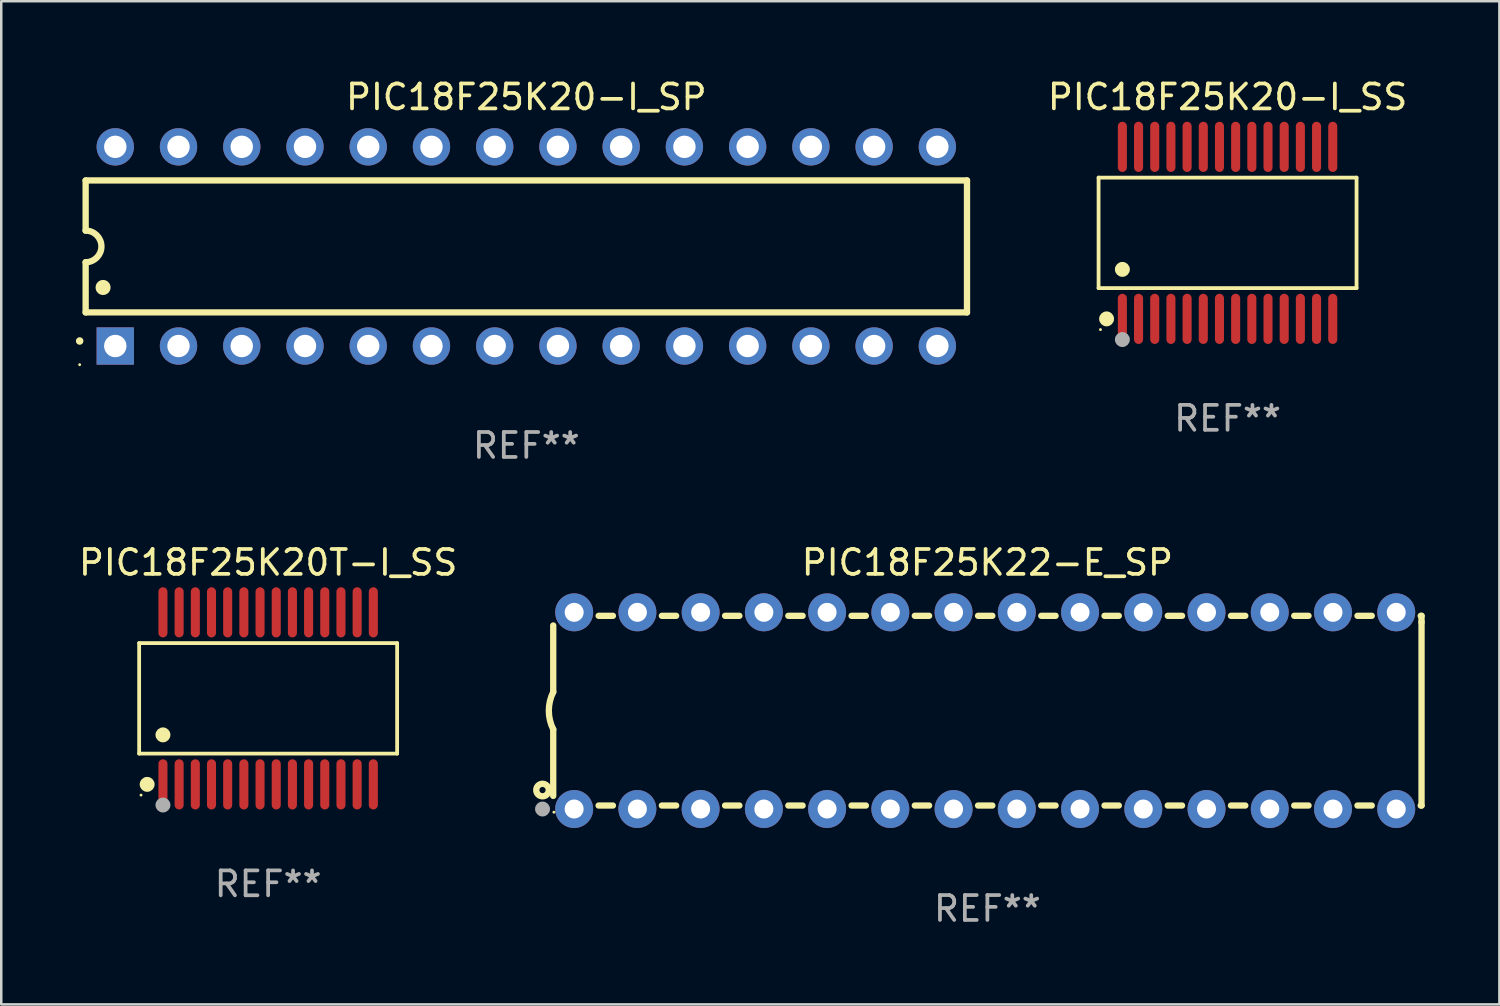
<source format=kicad_pcb>
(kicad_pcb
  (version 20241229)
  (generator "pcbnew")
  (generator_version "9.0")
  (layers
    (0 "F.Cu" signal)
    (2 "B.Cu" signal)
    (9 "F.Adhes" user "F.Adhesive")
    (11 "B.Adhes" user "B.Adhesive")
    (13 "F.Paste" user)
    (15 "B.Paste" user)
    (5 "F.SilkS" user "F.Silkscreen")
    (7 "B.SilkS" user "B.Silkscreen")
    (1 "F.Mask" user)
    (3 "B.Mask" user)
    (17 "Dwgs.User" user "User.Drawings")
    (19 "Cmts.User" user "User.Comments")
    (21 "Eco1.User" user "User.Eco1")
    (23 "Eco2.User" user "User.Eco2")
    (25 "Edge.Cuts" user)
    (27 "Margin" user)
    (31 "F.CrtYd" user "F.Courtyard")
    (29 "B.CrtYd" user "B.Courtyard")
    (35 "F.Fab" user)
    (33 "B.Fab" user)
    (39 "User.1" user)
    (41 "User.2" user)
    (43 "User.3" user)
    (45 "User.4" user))
  (footprint "PIC18F25K22-E_SP"
    (layer "F.Cu")
    (at 36.609 25.495)
    (property "Reference" "PIC18F25K22-E_SP" (at 0 -5.95 0) (layer "F.SilkS") (effects (font (size 1 1) (thickness 0.15))))
    (attr through_hole)
    (fp_line (start -17.438 0.75) (end -17.438 3.423) (stroke (width 0.254) (type solid)) (layer "F.SilkS"))
    (fp_line (start -17.438 -3.423) (end -17.438 -0.75) (stroke (width 0.254) (type solid)) (layer "F.SilkS"))
    (fp_line (start -15.615 3.81) (end -15.041 3.81) (stroke (width 0.254) (type solid)) (layer "F.SilkS"))
    (fp_line (start -15.041 -3.81) (end -15.614 -3.81) (stroke (width 0.254) (type solid)) (layer "F.SilkS"))
    (fp_line (start -13.075 3.81) (end -12.501 3.81) (stroke (width 0.254) (type solid)) (layer "F.SilkS"))
    (fp_line (start -12.501 -3.81) (end -13.074 -3.81) (stroke (width 0.254) (type solid)) (layer "F.SilkS"))
    (fp_line (start -10.535 3.81) (end -9.961 3.81) (stroke (width 0.254) (type solid)) (layer "F.SilkS"))
    (fp_line (start -9.961 -3.81) (end -10.534 -3.81) (stroke (width 0.254) (type solid)) (layer "F.SilkS"))
    (fp_line (start -7.995 3.81) (end -7.421 3.81) (stroke (width 0.254) (type solid)) (layer "F.SilkS"))
    (fp_line (start -7.421 -3.81) (end -7.995 -3.81) (stroke (width 0.254) (type solid)) (layer "F.SilkS"))
    (fp_line (start -5.455 3.81) (end -4.881 3.81) (stroke (width 0.254) (type solid)) (layer "F.SilkS"))
    (fp_line (start -4.881 -3.81) (end -5.455 -3.81) (stroke (width 0.254) (type solid)) (layer "F.SilkS"))
    (fp_line (start -2.915 3.81) (end -2.341 3.81) (stroke (width 0.254) (type solid)) (layer "F.SilkS"))
    (fp_line (start -2.341 -3.81) (end -2.915 -3.81) (stroke (width 0.254) (type solid)) (layer "F.SilkS"))
    (fp_line (start -0.375 3.81) (end 0.199 3.81) (stroke (width 0.254) (type solid)) (layer "F.SilkS"))
    (fp_line (start 0.199 -3.81) (end -0.375 -3.81) (stroke (width 0.254) (type solid)) (layer "F.SilkS"))
    (fp_line (start 2.165 3.81) (end 2.739 3.81) (stroke (width 0.254) (type solid)) (layer "F.SilkS"))
    (fp_line (start 2.739 -3.81) (end 2.165 -3.81) (stroke (width 0.254) (type solid)) (layer "F.SilkS"))
    (fp_line (start 4.705 3.81) (end 5.279 3.81) (stroke (width 0.254) (type solid)) (layer "F.SilkS"))
    (fp_line (start 5.279 -3.81) (end 4.705 -3.81) (stroke (width 0.254) (type solid)) (layer "F.SilkS"))
    (fp_line (start 7.245 3.81) (end 7.819 3.81) (stroke (width 0.254) (type solid)) (layer "F.SilkS"))
    (fp_line (start 7.819 -3.81) (end 7.245 -3.81) (stroke (width 0.254) (type solid)) (layer "F.SilkS"))
    (fp_line (start 9.785 3.81) (end 10.359 3.81) (stroke (width 0.254) (type solid)) (layer "F.SilkS"))
    (fp_line (start 10.359 -3.81) (end 9.785 -3.81) (stroke (width 0.254) (type solid)) (layer "F.SilkS"))
    (fp_line (start 12.325 3.81) (end 12.899 3.81) (stroke (width 0.254) (type solid)) (layer "F.SilkS"))
    (fp_line (start 12.899 -3.81) (end 12.325 -3.81) (stroke (width 0.254) (type solid)) (layer "F.SilkS"))
    (fp_line (start 14.865 3.81) (end 15.439 3.81) (stroke (width 0.254) (type solid)) (layer "F.SilkS"))
    (fp_line (start 15.439 -3.81) (end 14.865 -3.81) (stroke (width 0.254) (type solid)) (layer "F.SilkS"))
    (fp_line (start 17.405 3.81) (end 17.438 3.81) (stroke (width 0.254) (type solid)) (layer "F.SilkS"))
    (fp_line (start 17.438 -3.81) (end 17.405 -3.81) (stroke (width 0.254) (type solid)) (layer "F.SilkS"))
    (fp_line (start 17.438 -3.556) (end 17.438 -3.81) (stroke (width 0.254) (type solid)) (layer "F.SilkS"))
    (fp_line (start 17.438 3.81) (end 17.438 -3.556) (stroke (width 0.254) (type solid)) (layer "F.SilkS"))
    (fp_arc (start -17.437986 0.749657) (mid -17.614887 -0.000024) (end -17.437783 -0.749657) (stroke (width 0.254001) (type solid)) (layer "F.SilkS"))
    (fp_circle (center -17.868 3.188) (end -17.743 3.188) (stroke (width 0.254) (type solid)) (fill no) (layer "F.SilkS"))
    (fp_circle (center -17.411 4.077) (end -17.381 4.077) (stroke (width 0.06) (type solid)) (fill no) (layer "F.SilkS"))
    (fp_circle (center -17.868 3.95) (end -17.718 3.95) (stroke (width 0.3) (type solid)) (fill no) (layer "F.Fab"))
    (fp_text user "REF**" (at 0 7.95 0) (layer "F.Fab") (effects (font (size 1 1) (thickness 0.15))))
    (pad "1" thru_hole circle (at -16.598 3.95) (size 1.524 1.524) (drill 0.762) (layers "*.Cu" "*.Mask"))
    (pad "2" thru_hole circle (at -14.058 3.95) (size 1.524 1.524) (drill 0.762) (layers "*.Cu" "*.Mask"))
    (pad "3" thru_hole circle (at -11.518 3.95) (size 1.524 1.524) (drill 0.762) (layers "*.Cu" "*.Mask"))
    (pad "4" thru_hole circle (at -8.978 3.95) (size 1.524 1.524) (drill 0.762) (layers "*.Cu" "*.Mask"))
    (pad "5" thru_hole circle (at -6.438 3.95) (size 1.524 1.524) (drill 0.762) (layers "*.Cu" "*.Mask"))
    (pad "6" thru_hole circle (at -3.898 3.95) (size 1.524 1.524) (drill 0.762) (layers "*.Cu" "*.Mask"))
    (pad "7" thru_hole circle (at -1.358 3.95) (size 1.524 1.524) (drill 0.762) (layers "*.Cu" "*.Mask"))
    (pad "8" thru_hole circle (at 1.182 3.95) (size 1.524 1.524) (drill 0.762) (layers "*.Cu" "*.Mask"))
    (pad "9" thru_hole circle (at 3.722 3.95) (size 1.524 1.524) (drill 0.762) (layers "*.Cu" "*.Mask"))
    (pad "10" thru_hole circle (at 6.262 3.95) (size 1.524 1.524) (drill 0.762) (layers "*.Cu" "*.Mask"))
    (pad "11" thru_hole circle (at 8.802 3.95) (size 1.524 1.524) (drill 0.762) (layers "*.Cu" "*.Mask"))
    (pad "12" thru_hole circle (at 11.342 3.95) (size 1.524 1.524) (drill 0.762) (layers "*.Cu" "*.Mask"))
    (pad "13" thru_hole circle (at 13.882 3.95) (size 1.524 1.524) (drill 0.762) (layers "*.Cu" "*.Mask"))
    (pad "14" thru_hole circle (at 16.422 3.95) (size 1.524 1.524) (drill 0.762) (layers "*.Cu" "*.Mask"))
    (pad "15" thru_hole circle (at 16.422 -3.95) (size 1.524 1.524) (drill 0.762) (layers "*.Cu" "*.Mask"))
    (pad "16" thru_hole circle (at 13.882 -3.95) (size 1.524 1.524) (drill 0.762) (layers "*.Cu" "*.Mask"))
    (pad "17" thru_hole circle (at 11.342 -3.95) (size 1.524 1.524) (drill 0.762) (layers "*.Cu" "*.Mask"))
    (pad "18" thru_hole circle (at 8.802 -3.95) (size 1.524 1.524) (drill 0.762) (layers "*.Cu" "*.Mask"))
    (pad "19" thru_hole circle (at 6.262 -3.95) (size 1.524 1.524) (drill 0.762) (layers "*.Cu" "*.Mask"))
    (pad "20" thru_hole circle (at 3.722 -3.95) (size 1.524 1.524) (drill 0.762) (layers "*.Cu" "*.Mask"))
    (pad "21" thru_hole circle (at 1.182 -3.95) (size 1.524 1.524) (drill 0.762) (layers "*.Cu" "*.Mask"))
    (pad "22" thru_hole circle (at -1.358 -3.95) (size 1.524 1.524) (drill 0.762) (layers "*.Cu" "*.Mask"))
    (pad "23" thru_hole circle (at -3.898 -3.95) (size 1.524 1.524) (drill 0.762) (layers "*.Cu" "*.Mask"))
    (pad "24" thru_hole circle (at -6.438 -3.95) (size 1.524 1.524) (drill 0.762) (layers "*.Cu" "*.Mask"))
    (pad "25" thru_hole circle (at -8.978 -3.95) (size 1.524 1.524) (drill 0.762) (layers "*.Cu" "*.Mask"))
    (pad "26" thru_hole circle (at -11.517 -3.95) (size 1.524 1.524) (drill 0.762) (layers "*.Cu" "*.Mask"))
    (pad "27" thru_hole circle (at -14.057 -3.95) (size 1.524 1.524) (drill 0.762) (layers "*.Cu" "*.Mask"))
    (pad "28" thru_hole circle (at -16.597 -3.95) (size 1.524 1.524) (drill 0.762) (layers "*.Cu" "*.Mask")))
  (footprint "PIC18F25K20T-I_SS"
    (layer "F.Cu")
    (at 7.72 25)
    (property "Reference" "PIC18F25K20T-I_SS" (at 0 -5.455 0) (layer "F.SilkS") (effects (font (size 1 1) (thickness 0.15))))
    (attr through_hole)
    (fp_line (start -5.181 -2.219) (end 5.181 -2.219) (stroke (width 0.152) (type solid)) (layer "F.SilkS"))
    (fp_line (start -5.181 2.219) (end -5.181 -2.219) (stroke (width 0.152) (type solid)) (layer "F.SilkS"))
    (fp_line (start 5.181 -2.219) (end 5.181 2.219) (stroke (width 0.152) (type solid)) (layer "F.SilkS"))
    (fp_line (start 5.181 2.219) (end -5.181 2.219) (stroke (width 0.152) (type solid)) (layer "F.SilkS"))
    (fp_circle (center -5.105 3.885) (end -5.075 3.885) (stroke (width 0.06) (type solid)) (fill no) (layer "F.SilkS"))
    (fp_circle (center -4.859 3.455) (end -4.709 3.455) (stroke (width 0.3) (type solid)) (fill no) (layer "F.SilkS"))
    (fp_circle (center -4.225 1.467) (end -4.075 1.467) (stroke (width 0.3) (type solid)) (fill no) (layer "F.SilkS"))
    (fp_circle (center -4.225 4.285) (end -4.075 4.285) (stroke (width 0.3) (type solid)) (fill no) (layer "F.Fab"))
    (fp_text user "REF**" (at 0 7.455 0) (layer "F.Fab") (effects (font (size 1 1) (thickness 0.15))))
    (pad "1" smd oval (at -4.225 3.455) (size 0.364 2.015) (layers "F.Cu" "F.Mask" "F.Paste"))
    (pad "2" smd oval (at -3.575 3.455) (size 0.364 2.015) (layers "F.Cu" "F.Mask" "F.Paste"))
    (pad "3" smd oval (at -2.925 3.455) (size 0.364 2.015) (layers "F.Cu" "F.Mask" "F.Paste"))
    (pad "4" smd oval (at -2.275 3.455) (size 0.364 2.015) (layers "F.Cu" "F.Mask" "F.Paste"))
    (pad "5" smd oval (at -1.625 3.455) (size 0.364 2.015) (layers "F.Cu" "F.Mask" "F.Paste"))
    (pad "6" smd oval (at -0.975 3.455) (size 0.364 2.015) (layers "F.Cu" "F.Mask" "F.Paste"))
    (pad "7" smd oval (at -0.325 3.455) (size 0.364 2.015) (layers "F.Cu" "F.Mask" "F.Paste"))
    (pad "8" smd oval (at 0.325 3.455) (size 0.364 2.015) (layers "F.Cu" "F.Mask" "F.Paste"))
    (pad "9" smd oval (at 0.975 3.455) (size 0.364 2.015) (layers "F.Cu" "F.Mask" "F.Paste"))
    (pad "10" smd oval (at 1.625 3.455) (size 0.364 2.015) (layers "F.Cu" "F.Mask" "F.Paste"))
    (pad "11" smd oval (at 2.275 3.455) (size 0.364 2.015) (layers "F.Cu" "F.Mask" "F.Paste"))
    (pad "12" smd oval (at 2.925 3.455) (size 0.364 2.015) (layers "F.Cu" "F.Mask" "F.Paste"))
    (pad "13" smd oval (at 3.575 3.455) (size 0.364 2.015) (layers "F.Cu" "F.Mask" "F.Paste"))
    (pad "14" smd oval (at 4.225 3.455) (size 0.364 2.015) (layers "F.Cu" "F.Mask" "F.Paste"))
    (pad "15" smd oval (at 4.225 -3.455) (size 0.364 2.015) (layers "F.Cu" "F.Mask" "F.Paste"))
    (pad "16" smd oval (at 3.575 -3.455) (size 0.364 2.015) (layers "F.Cu" "F.Mask" "F.Paste"))
    (pad "17" smd oval (at 2.925 -3.455) (size 0.364 2.015) (layers "F.Cu" "F.Mask" "F.Paste"))
    (pad "18" smd oval (at 2.275 -3.455) (size 0.364 2.015) (layers "F.Cu" "F.Mask" "F.Paste"))
    (pad "19" smd oval (at 1.625 -3.455) (size 0.364 2.015) (layers "F.Cu" "F.Mask" "F.Paste"))
    (pad "20" smd oval (at 0.975 -3.455) (size 0.364 2.015) (layers "F.Cu" "F.Mask" "F.Paste"))
    (pad "21" smd oval (at 0.325 -3.455) (size 0.364 2.015) (layers "F.Cu" "F.Mask" "F.Paste"))
    (pad "22" smd oval (at -0.325 -3.455) (size 0.364 2.015) (layers "F.Cu" "F.Mask" "F.Paste"))
    (pad "23" smd oval (at -0.975 -3.455) (size 0.364 2.015) (layers "F.Cu" "F.Mask" "F.Paste"))
    (pad "24" smd oval (at -1.625 -3.455) (size 0.364 2.015) (layers "F.Cu" "F.Mask" "F.Paste"))
    (pad "25" smd oval (at -2.275 -3.455) (size 0.364 2.015) (layers "F.Cu" "F.Mask" "F.Paste"))
    (pad "26" smd oval (at -2.925 -3.455) (size 0.364 2.015) (layers "F.Cu" "F.Mask" "F.Paste"))
    (pad "27" smd oval (at -3.575 -3.455) (size 0.364 2.015) (layers "F.Cu" "F.Mask" "F.Paste"))
    (pad "28" smd oval (at -4.225 -3.455) (size 0.364 2.015) (layers "F.Cu" "F.Mask" "F.Paste")))
  (footprint "PIC18F25K20-I_SP"
    (layer "F.Cu")
    (at 18.09 6.848)
    (property "Reference" "PIC18F25K20-I_SP" (at 0 -6 0) (layer "F.SilkS") (effects (font (size 1 1) (thickness 0.15))))
    (attr through_hole)
    (fp_line (start -17.7 -2.65) (end 17.7 -2.65) (stroke (width 0.254) (type solid)) (layer "F.SilkS"))
    (fp_line (start -17.7 -0.635) (end -17.7 -2.65) (stroke (width 0.254) (type solid)) (layer "F.SilkS"))
    (fp_line (start -17.7 2.65) (end -17.7 0.635) (stroke (width 0.254) (type solid)) (layer "F.SilkS"))
    (fp_line (start 17.7 -2.65) (end 17.7 2.65) (stroke (width 0.254) (type solid)) (layer "F.SilkS"))
    (fp_line (start 17.7 2.65) (end -17.7 2.65) (stroke (width 0.254) (type solid)) (layer "F.SilkS"))
    (fp_arc (start -17.940056 3.799848) (mid -17.940061 3.798578) (end -17.940056 3.797308) (stroke (width 0.3) (type solid)) (layer "F.SilkS"))
    (fp_arc (start -17.701295 -0.635001) (mid -17.066294 0) (end -17.701295 0.635001) (stroke (width 0.254001) (type solid)) (layer "F.SilkS"))
    (fp_arc (start -17.000254 1.651003) (mid -17.000265 1.648463) (end -17.000254 1.645923) (stroke (width 0.6) (type solid)) (layer "F.SilkS"))
    (fp_circle (center -17.94 4.75) (end -17.91 4.75) (stroke (width 0.06) (type solid)) (fill no) (layer "F.SilkS"))
    (fp_text user "REF**" (at 0 8 0) (layer "F.Fab") (effects (font (size 1 1) (thickness 0.15))))
    (pad "1" thru_hole rect (at -16.51 4 90) (size 1.5 1.5) (drill 0.9) (layers "*.Cu" "*.Mask"))
    (pad "2" thru_hole circle (at -13.97 4) (size 1.5 1.5) (drill 0.9) (layers "*.Cu" "*.Mask"))
    (pad "3" thru_hole circle (at -11.43 4) (size 1.5 1.5) (drill 0.9) (layers "*.Cu" "*.Mask"))
    (pad "4" thru_hole circle (at -8.89 4) (size 1.5 1.5) (drill 0.9) (layers "*.Cu" "*.Mask"))
    (pad "5" thru_hole circle (at -6.35 4) (size 1.5 1.5) (drill 0.9) (layers "*.Cu" "*.Mask"))
    (pad "6" thru_hole circle (at -3.81 4) (size 1.5 1.5) (drill 0.9) (layers "*.Cu" "*.Mask"))
    (pad "7" thru_hole circle (at -1.27 4) (size 1.5 1.5) (drill 0.9) (layers "*.Cu" "*.Mask"))
    (pad "8" thru_hole circle (at 1.27 4) (size 1.5 1.5) (drill 0.9) (layers "*.Cu" "*.Mask"))
    (pad "9" thru_hole circle (at 3.81 4) (size 1.5 1.5) (drill 0.9) (layers "*.Cu" "*.Mask"))
    (pad "10" thru_hole circle (at 6.35 4) (size 1.5 1.5) (drill 0.9) (layers "*.Cu" "*.Mask"))
    (pad "11" thru_hole circle (at 8.89 4) (size 1.5 1.5) (drill 0.9) (layers "*.Cu" "*.Mask"))
    (pad "12" thru_hole circle (at 11.43 4) (size 1.5 1.5) (drill 0.9) (layers "*.Cu" "*.Mask"))
    (pad "13" thru_hole circle (at 13.97 4) (size 1.5 1.5) (drill 0.9) (layers "*.Cu" "*.Mask"))
    (pad "14" thru_hole circle (at 16.51 4) (size 1.5 1.5) (drill 0.9) (layers "*.Cu" "*.Mask"))
    (pad "15" thru_hole circle (at 16.51 -4) (size 1.5 1.5) (drill 0.9) (layers "*.Cu" "*.Mask"))
    (pad "16" thru_hole circle (at 13.97 -4) (size 1.5 1.5) (drill 0.9) (layers "*.Cu" "*.Mask"))
    (pad "17" thru_hole circle (at 11.43 -4) (size 1.5 1.5) (drill 0.9) (layers "*.Cu" "*.Mask"))
    (pad "18" thru_hole circle (at 8.89 -4) (size 1.5 1.5) (drill 0.9) (layers "*.Cu" "*.Mask"))
    (pad "19" thru_hole circle (at 6.35 -4) (size 1.5 1.5) (drill 0.9) (layers "*.Cu" "*.Mask"))
    (pad "20" thru_hole circle (at 3.81 -4) (size 1.5 1.5) (drill 0.9) (layers "*.Cu" "*.Mask"))
    (pad "21" thru_hole circle (at 1.27 -4) (size 1.5 1.5) (drill 0.9) (layers "*.Cu" "*.Mask"))
    (pad "22" thru_hole circle (at -1.27 -4) (size 1.5 1.5) (drill 0.9) (layers "*.Cu" "*.Mask"))
    (pad "23" thru_hole circle (at -3.81 -4) (size 1.5 1.5) (drill 0.9) (layers "*.Cu" "*.Mask"))
    (pad "24" thru_hole circle (at -6.35 -4) (size 1.5 1.5) (drill 0.9) (layers "*.Cu" "*.Mask"))
    (pad "25" thru_hole circle (at -8.89 -4) (size 1.5 1.5) (drill 0.9) (layers "*.Cu" "*.Mask"))
    (pad "26" thru_hole circle (at -11.43 -4) (size 1.5 1.5) (drill 0.9) (layers "*.Cu" "*.Mask"))
    (pad "27" thru_hole circle (at -13.97 -4) (size 1.5 1.5) (drill 0.9) (layers "*.Cu" "*.Mask"))
    (pad "28" thru_hole circle (at -16.51 -4) (size 1.5 1.5) (drill 0.9) (layers "*.Cu" "*.Mask")))
  (footprint "PIC18F25K20-I_SS"
    (layer "F.Cu")
    (at 46.256 6.303)
    (property "Reference" "PIC18F25K20-I_SS" (at 0 -5.455 0) (layer "F.SilkS") (effects (font (size 1 1) (thickness 0.15))))
    (attr through_hole)
    (fp_line (start -5.181 -2.219) (end 5.181 -2.219) (stroke (width 0.152) (type solid)) (layer "F.SilkS"))
    (fp_line (start -5.181 2.219) (end -5.181 -2.219) (stroke (width 0.152) (type solid)) (layer "F.SilkS"))
    (fp_line (start 5.181 -2.219) (end 5.181 2.219) (stroke (width 0.152) (type solid)) (layer "F.SilkS"))
    (fp_line (start 5.181 2.219) (end -5.181 2.219) (stroke (width 0.152) (type solid)) (layer "F.SilkS"))
    (fp_circle (center -5.105 3.885) (end -5.075 3.885) (stroke (width 0.06) (type solid)) (fill no) (layer "F.SilkS"))
    (fp_circle (center -4.859 3.455) (end -4.709 3.455) (stroke (width 0.3) (type solid)) (fill no) (layer "F.SilkS"))
    (fp_circle (center -4.225 1.467) (end -4.075 1.467) (stroke (width 0.3) (type solid)) (fill no) (layer "F.SilkS"))
    (fp_circle (center -4.225 4.285) (end -4.075 4.285) (stroke (width 0.3) (type solid)) (fill no) (layer "F.Fab"))
    (fp_text user "REF**" (at 0 7.455 0) (layer "F.Fab") (effects (font (size 1 1) (thickness 0.15))))
    (pad "1" smd oval (at -4.225 3.455) (size 0.364 2.015) (layers "F.Cu" "F.Mask" "F.Paste"))
    (pad "2" smd oval (at -3.575 3.455) (size 0.364 2.015) (layers "F.Cu" "F.Mask" "F.Paste"))
    (pad "3" smd oval (at -2.925 3.455) (size 0.364 2.015) (layers "F.Cu" "F.Mask" "F.Paste"))
    (pad "4" smd oval (at -2.275 3.455) (size 0.364 2.015) (layers "F.Cu" "F.Mask" "F.Paste"))
    (pad "5" smd oval (at -1.625 3.455) (size 0.364 2.015) (layers "F.Cu" "F.Mask" "F.Paste"))
    (pad "6" smd oval (at -0.975 3.455) (size 0.364 2.015) (layers "F.Cu" "F.Mask" "F.Paste"))
    (pad "7" smd oval (at -0.325 3.455) (size 0.364 2.015) (layers "F.Cu" "F.Mask" "F.Paste"))
    (pad "8" smd oval (at 0.325 3.455) (size 0.364 2.015) (layers "F.Cu" "F.Mask" "F.Paste"))
    (pad "9" smd oval (at 0.975 3.455) (size 0.364 2.015) (layers "F.Cu" "F.Mask" "F.Paste"))
    (pad "10" smd oval (at 1.625 3.455) (size 0.364 2.015) (layers "F.Cu" "F.Mask" "F.Paste"))
    (pad "11" smd oval (at 2.275 3.455) (size 0.364 2.015) (layers "F.Cu" "F.Mask" "F.Paste"))
    (pad "12" smd oval (at 2.925 3.455) (size 0.364 2.015) (layers "F.Cu" "F.Mask" "F.Paste"))
    (pad "13" smd oval (at 3.575 3.455) (size 0.364 2.015) (layers "F.Cu" "F.Mask" "F.Paste"))
    (pad "14" smd oval (at 4.225 3.455) (size 0.364 2.015) (layers "F.Cu" "F.Mask" "F.Paste"))
    (pad "15" smd oval (at 4.225 -3.455) (size 0.364 2.015) (layers "F.Cu" "F.Mask" "F.Paste"))
    (pad "16" smd oval (at 3.575 -3.455) (size 0.364 2.015) (layers "F.Cu" "F.Mask" "F.Paste"))
    (pad "17" smd oval (at 2.925 -3.455) (size 0.364 2.015) (layers "F.Cu" "F.Mask" "F.Paste"))
    (pad "18" smd oval (at 2.275 -3.455) (size 0.364 2.015) (layers "F.Cu" "F.Mask" "F.Paste"))
    (pad "19" smd oval (at 1.625 -3.455) (size 0.364 2.015) (layers "F.Cu" "F.Mask" "F.Paste"))
    (pad "20" smd oval (at 0.975 -3.455) (size 0.364 2.015) (layers "F.Cu" "F.Mask" "F.Paste"))
    (pad "21" smd oval (at 0.325 -3.455) (size 0.364 2.015) (layers "F.Cu" "F.Mask" "F.Paste"))
    (pad "22" smd oval (at -0.325 -3.455) (size 0.364 2.015) (layers "F.Cu" "F.Mask" "F.Paste"))
    (pad "23" smd oval (at -0.975 -3.455) (size 0.364 2.015) (layers "F.Cu" "F.Mask" "F.Paste"))
    (pad "24" smd oval (at -1.625 -3.455) (size 0.364 2.015) (layers "F.Cu" "F.Mask" "F.Paste"))
    (pad "25" smd oval (at -2.275 -3.455) (size 0.364 2.015) (layers "F.Cu" "F.Mask" "F.Paste"))
    (pad "26" smd oval (at -2.925 -3.455) (size 0.364 2.015) (layers "F.Cu" "F.Mask" "F.Paste"))
    (pad "27" smd oval (at -3.575 -3.455) (size 0.364 2.015) (layers "F.Cu" "F.Mask" "F.Paste"))
    (pad "28" smd oval (at -4.225 -3.455) (size 0.364 2.015) (layers "F.Cu" "F.Mask" "F.Paste")))
  (gr_rect
    (start -3 -3)
    (end 57.174 37.293)
    (stroke (width 0.1) (type default))
    (fill no)
    (layer "Edge.Cuts")))
</source>
